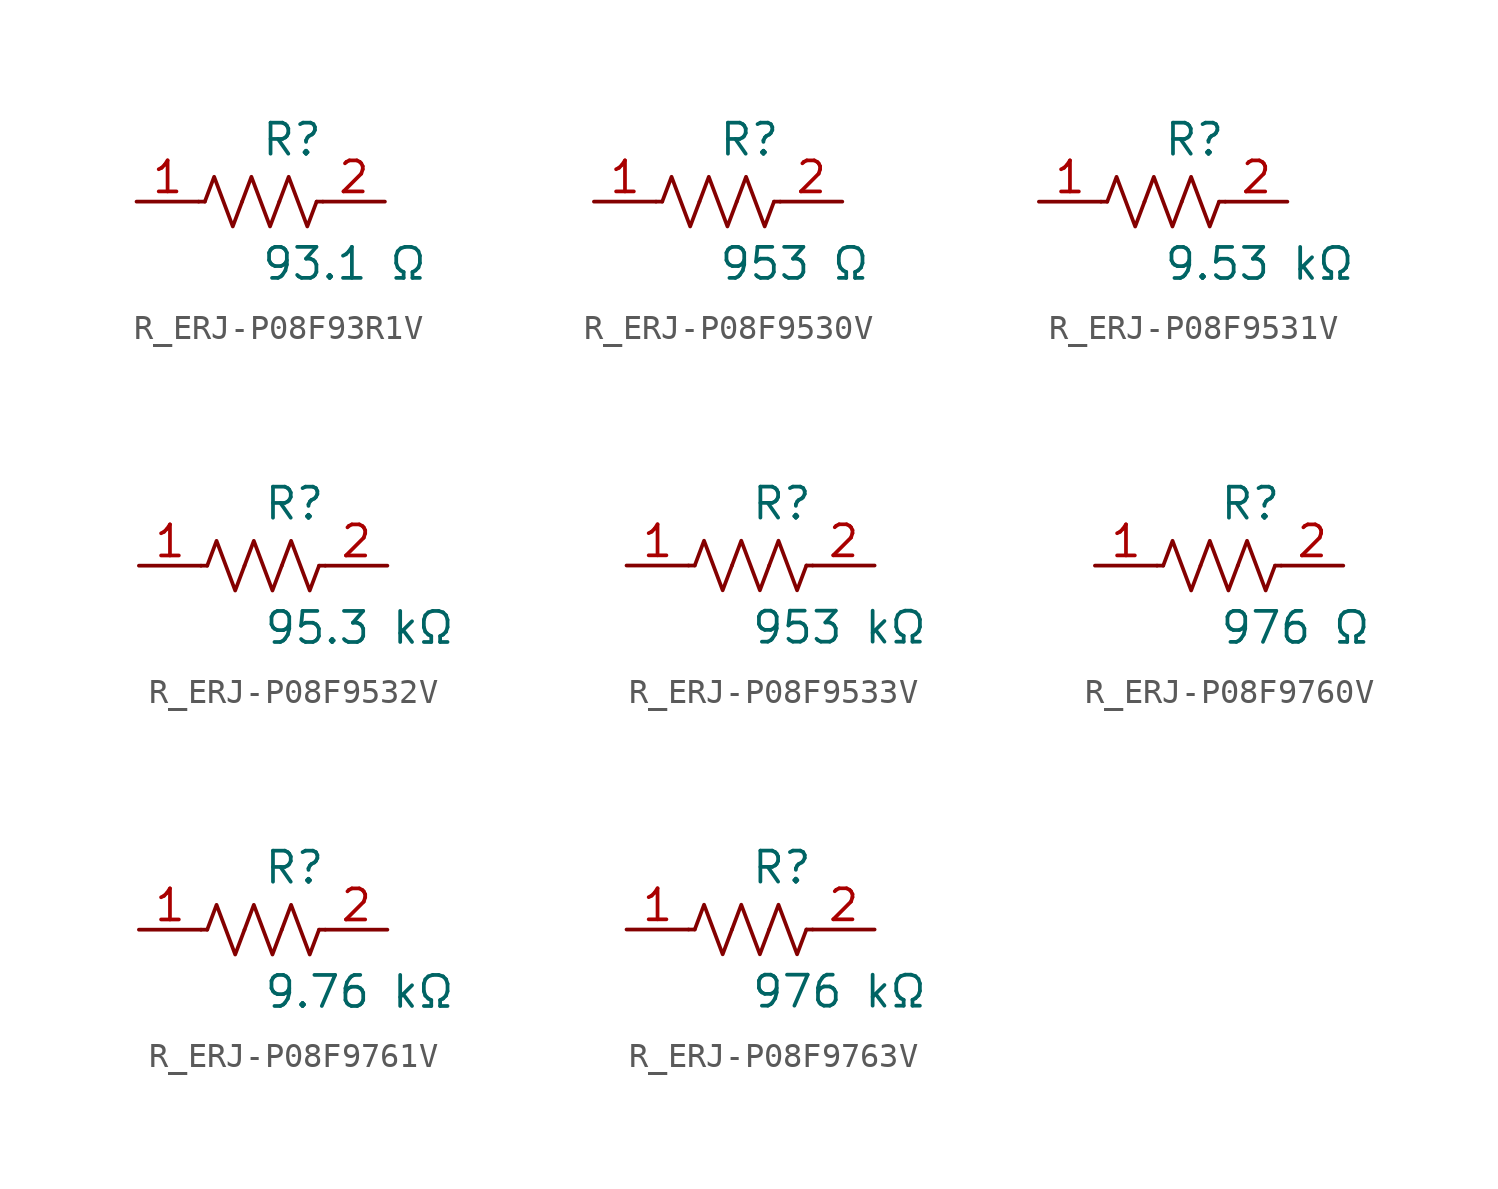
<source format=kicad_sym>
(kicad_symbol_lib
  (version 20231120)
  (generator kicad_symbol_editor)
  (generator_version 8.0)
  (symbol "R_ERJ-P08F93R1V"
    (pin_names
      (offset 0.254))
    (property "Reference" "R"
      (at 0.0 2.54 0)
      (effects (font (size 1.27 1.27)) (justify left)))
    (property "Value" "93.1 Ω"
      (at 0.0 -2.54 0)
      (effects (font (size 1.27 1.27)) (justify left)))
    (symbol "R_ERJ-P08F93R1V_0_1"
      (polyline (pts (xy 2.286 0) (xy 2.54 0)) (stroke (width 0) (type default)) (fill (type none)))
      (polyline (pts (xy -2.286 0) (xy -2.54 0)) (stroke (width 0) (type default)) (fill (type none)))
      (polyline (pts (xy 0.762 0) (xy 1.143 1.016) (xy 1.524 0) (xy 1.905 -1.016) (xy 2.286 0)) (stroke (width 0) (type default)) (fill (type none)))
      (polyline (pts (xy -0.762 0) (xy -0.381 1.016) (xy 0 0) (xy 0.381 -1.016) (xy 0.762 0)) (stroke (width 0) (type default)) (fill (type none)))
      (polyline (pts (xy -2.286 0) (xy -1.905 1.016) (xy -1.524 0) (xy -1.143 -1.016) (xy -0.762 0)) (stroke (width 0) (type default)) (fill (type none))))
    (pin unspecified line
      (at -5.08 0 0)
      (length 2.54)
      (name "" (effects (font (size 1.27 1.27))))
      (number "1" (effects (font (size 1.27 1.27)))))
    (pin unspecified line
      (at 5.08 0 180)
      (length 2.54)
      (name "" (effects (font (size 1.27 1.27))))
      (number "2" (effects (font (size 1.27 1.27))))))
  (symbol "R_ERJ-P08F9530V"
    (pin_names
      (offset 0.254))
    (property "Reference" "R"
      (at 0.0 2.54 0)
      (effects (font (size 1.27 1.27)) (justify left)))
    (property "Value" "953 Ω"
      (at 0.0 -2.54 0)
      (effects (font (size 1.27 1.27)) (justify left)))
    (symbol "R_ERJ-P08F9530V_0_1"
      (polyline (pts (xy 2.286 0) (xy 2.54 0)) (stroke (width 0) (type default)) (fill (type none)))
      (polyline (pts (xy -2.286 0) (xy -2.54 0)) (stroke (width 0) (type default)) (fill (type none)))
      (polyline (pts (xy 0.762 0) (xy 1.143 1.016) (xy 1.524 0) (xy 1.905 -1.016) (xy 2.286 0)) (stroke (width 0) (type default)) (fill (type none)))
      (polyline (pts (xy -0.762 0) (xy -0.381 1.016) (xy 0 0) (xy 0.381 -1.016) (xy 0.762 0)) (stroke (width 0) (type default)) (fill (type none)))
      (polyline (pts (xy -2.286 0) (xy -1.905 1.016) (xy -1.524 0) (xy -1.143 -1.016) (xy -0.762 0)) (stroke (width 0) (type default)) (fill (type none))))
    (pin unspecified line
      (at -5.08 0 0)
      (length 2.54)
      (name "" (effects (font (size 1.27 1.27))))
      (number "1" (effects (font (size 1.27 1.27)))))
    (pin unspecified line
      (at 5.08 0 180)
      (length 2.54)
      (name "" (effects (font (size 1.27 1.27))))
      (number "2" (effects (font (size 1.27 1.27))))))
  (symbol "R_ERJ-P08F9531V"
    (pin_names
      (offset 0.254))
    (property "Reference" "R"
      (at 0.0 2.54 0)
      (effects (font (size 1.27 1.27)) (justify left)))
    (property "Value" "9.53 kΩ"
      (at 0.0 -2.54 0)
      (effects (font (size 1.27 1.27)) (justify left)))
    (symbol "R_ERJ-P08F9531V_0_1"
      (polyline (pts (xy 2.286 0) (xy 2.54 0)) (stroke (width 0) (type default)) (fill (type none)))
      (polyline (pts (xy -2.286 0) (xy -2.54 0)) (stroke (width 0) (type default)) (fill (type none)))
      (polyline (pts (xy 0.762 0) (xy 1.143 1.016) (xy 1.524 0) (xy 1.905 -1.016) (xy 2.286 0)) (stroke (width 0) (type default)) (fill (type none)))
      (polyline (pts (xy -0.762 0) (xy -0.381 1.016) (xy 0 0) (xy 0.381 -1.016) (xy 0.762 0)) (stroke (width 0) (type default)) (fill (type none)))
      (polyline (pts (xy -2.286 0) (xy -1.905 1.016) (xy -1.524 0) (xy -1.143 -1.016) (xy -0.762 0)) (stroke (width 0) (type default)) (fill (type none))))
    (pin unspecified line
      (at -5.08 0 0)
      (length 2.54)
      (name "" (effects (font (size 1.27 1.27))))
      (number "1" (effects (font (size 1.27 1.27)))))
    (pin unspecified line
      (at 5.08 0 180)
      (length 2.54)
      (name "" (effects (font (size 1.27 1.27))))
      (number "2" (effects (font (size 1.27 1.27))))))
  (symbol "R_ERJ-P08F9532V"
    (pin_names
      (offset 0.254))
    (property "Reference" "R"
      (at 0.0 2.54 0)
      (effects (font (size 1.27 1.27)) (justify left)))
    (property "Value" "95.3 kΩ"
      (at 0.0 -2.54 0)
      (effects (font (size 1.27 1.27)) (justify left)))
    (symbol "R_ERJ-P08F9532V_0_1"
      (polyline (pts (xy 2.286 0) (xy 2.54 0)) (stroke (width 0) (type default)) (fill (type none)))
      (polyline (pts (xy -2.286 0) (xy -2.54 0)) (stroke (width 0) (type default)) (fill (type none)))
      (polyline (pts (xy 0.762 0) (xy 1.143 1.016) (xy 1.524 0) (xy 1.905 -1.016) (xy 2.286 0)) (stroke (width 0) (type default)) (fill (type none)))
      (polyline (pts (xy -0.762 0) (xy -0.381 1.016) (xy 0 0) (xy 0.381 -1.016) (xy 0.762 0)) (stroke (width 0) (type default)) (fill (type none)))
      (polyline (pts (xy -2.286 0) (xy -1.905 1.016) (xy -1.524 0) (xy -1.143 -1.016) (xy -0.762 0)) (stroke (width 0) (type default)) (fill (type none))))
    (pin unspecified line
      (at -5.08 0 0)
      (length 2.54)
      (name "" (effects (font (size 1.27 1.27))))
      (number "1" (effects (font (size 1.27 1.27)))))
    (pin unspecified line
      (at 5.08 0 180)
      (length 2.54)
      (name "" (effects (font (size 1.27 1.27))))
      (number "2" (effects (font (size 1.27 1.27))))))
  (symbol "R_ERJ-P08F9533V"
    (pin_names
      (offset 0.254))
    (property "Reference" "R"
      (at 0.0 2.54 0)
      (effects (font (size 1.27 1.27)) (justify left)))
    (property "Value" "953 kΩ"
      (at 0.0 -2.54 0)
      (effects (font (size 1.27 1.27)) (justify left)))
    (symbol "R_ERJ-P08F9533V_0_1"
      (polyline (pts (xy 2.286 0) (xy 2.54 0)) (stroke (width 0) (type default)) (fill (type none)))
      (polyline (pts (xy -2.286 0) (xy -2.54 0)) (stroke (width 0) (type default)) (fill (type none)))
      (polyline (pts (xy 0.762 0) (xy 1.143 1.016) (xy 1.524 0) (xy 1.905 -1.016) (xy 2.286 0)) (stroke (width 0) (type default)) (fill (type none)))
      (polyline (pts (xy -0.762 0) (xy -0.381 1.016) (xy 0 0) (xy 0.381 -1.016) (xy 0.762 0)) (stroke (width 0) (type default)) (fill (type none)))
      (polyline (pts (xy -2.286 0) (xy -1.905 1.016) (xy -1.524 0) (xy -1.143 -1.016) (xy -0.762 0)) (stroke (width 0) (type default)) (fill (type none))))
    (pin unspecified line
      (at -5.08 0 0)
      (length 2.54)
      (name "" (effects (font (size 1.27 1.27))))
      (number "1" (effects (font (size 1.27 1.27)))))
    (pin unspecified line
      (at 5.08 0 180)
      (length 2.54)
      (name "" (effects (font (size 1.27 1.27))))
      (number "2" (effects (font (size 1.27 1.27))))))
  (symbol "R_ERJ-P08F9760V"
    (pin_names
      (offset 0.254))
    (property "Reference" "R"
      (at 0.0 2.54 0)
      (effects (font (size 1.27 1.27)) (justify left)))
    (property "Value" "976 Ω"
      (at 0.0 -2.54 0)
      (effects (font (size 1.27 1.27)) (justify left)))
    (symbol "R_ERJ-P08F9760V_0_1"
      (polyline (pts (xy 2.286 0) (xy 2.54 0)) (stroke (width 0) (type default)) (fill (type none)))
      (polyline (pts (xy -2.286 0) (xy -2.54 0)) (stroke (width 0) (type default)) (fill (type none)))
      (polyline (pts (xy 0.762 0) (xy 1.143 1.016) (xy 1.524 0) (xy 1.905 -1.016) (xy 2.286 0)) (stroke (width 0) (type default)) (fill (type none)))
      (polyline (pts (xy -0.762 0) (xy -0.381 1.016) (xy 0 0) (xy 0.381 -1.016) (xy 0.762 0)) (stroke (width 0) (type default)) (fill (type none)))
      (polyline (pts (xy -2.286 0) (xy -1.905 1.016) (xy -1.524 0) (xy -1.143 -1.016) (xy -0.762 0)) (stroke (width 0) (type default)) (fill (type none))))
    (pin unspecified line
      (at -5.08 0 0)
      (length 2.54)
      (name "" (effects (font (size 1.27 1.27))))
      (number "1" (effects (font (size 1.27 1.27)))))
    (pin unspecified line
      (at 5.08 0 180)
      (length 2.54)
      (name "" (effects (font (size 1.27 1.27))))
      (number "2" (effects (font (size 1.27 1.27))))))
  (symbol "R_ERJ-P08F9761V"
    (pin_names
      (offset 0.254))
    (property "Reference" "R"
      (at 0.0 2.54 0)
      (effects (font (size 1.27 1.27)) (justify left)))
    (property "Value" "9.76 kΩ"
      (at 0.0 -2.54 0)
      (effects (font (size 1.27 1.27)) (justify left)))
    (symbol "R_ERJ-P08F9761V_0_1"
      (polyline (pts (xy 2.286 0) (xy 2.54 0)) (stroke (width 0) (type default)) (fill (type none)))
      (polyline (pts (xy -2.286 0) (xy -2.54 0)) (stroke (width 0) (type default)) (fill (type none)))
      (polyline (pts (xy 0.762 0) (xy 1.143 1.016) (xy 1.524 0) (xy 1.905 -1.016) (xy 2.286 0)) (stroke (width 0) (type default)) (fill (type none)))
      (polyline (pts (xy -0.762 0) (xy -0.381 1.016) (xy 0 0) (xy 0.381 -1.016) (xy 0.762 0)) (stroke (width 0) (type default)) (fill (type none)))
      (polyline (pts (xy -2.286 0) (xy -1.905 1.016) (xy -1.524 0) (xy -1.143 -1.016) (xy -0.762 0)) (stroke (width 0) (type default)) (fill (type none))))
    (pin unspecified line
      (at -5.08 0 0)
      (length 2.54)
      (name "" (effects (font (size 1.27 1.27))))
      (number "1" (effects (font (size 1.27 1.27)))))
    (pin unspecified line
      (at 5.08 0 180)
      (length 2.54)
      (name "" (effects (font (size 1.27 1.27))))
      (number "2" (effects (font (size 1.27 1.27))))))
  (symbol "R_ERJ-P08F9763V"
    (pin_names
      (offset 0.254))
    (property "Reference" "R"
      (at 0.0 2.54 0)
      (effects (font (size 1.27 1.27)) (justify left)))
    (property "Value" "976 kΩ"
      (at 0.0 -2.54 0)
      (effects (font (size 1.27 1.27)) (justify left)))
    (symbol "R_ERJ-P08F9763V_0_1"
      (polyline (pts (xy 2.286 0) (xy 2.54 0)) (stroke (width 0) (type default)) (fill (type none)))
      (polyline (pts (xy -2.286 0) (xy -2.54 0)) (stroke (width 0) (type default)) (fill (type none)))
      (polyline (pts (xy 0.762 0) (xy 1.143 1.016) (xy 1.524 0) (xy 1.905 -1.016) (xy 2.286 0)) (stroke (width 0) (type default)) (fill (type none)))
      (polyline (pts (xy -0.762 0) (xy -0.381 1.016) (xy 0 0) (xy 0.381 -1.016) (xy 0.762 0)) (stroke (width 0) (type default)) (fill (type none)))
      (polyline (pts (xy -2.286 0) (xy -1.905 1.016) (xy -1.524 0) (xy -1.143 -1.016) (xy -0.762 0)) (stroke (width 0) (type default)) (fill (type none))))
    (pin unspecified line
      (at -5.08 0 0)
      (length 2.54)
      (name "" (effects (font (size 1.27 1.27))))
      (number "1" (effects (font (size 1.27 1.27)))))
    (pin unspecified line
      (at 5.08 0 180)
      (length 2.54)
      (name "" (effects (font (size 1.27 1.27))))
      (number "2" (effects (font (size 1.27 1.27)))))))
</source>
